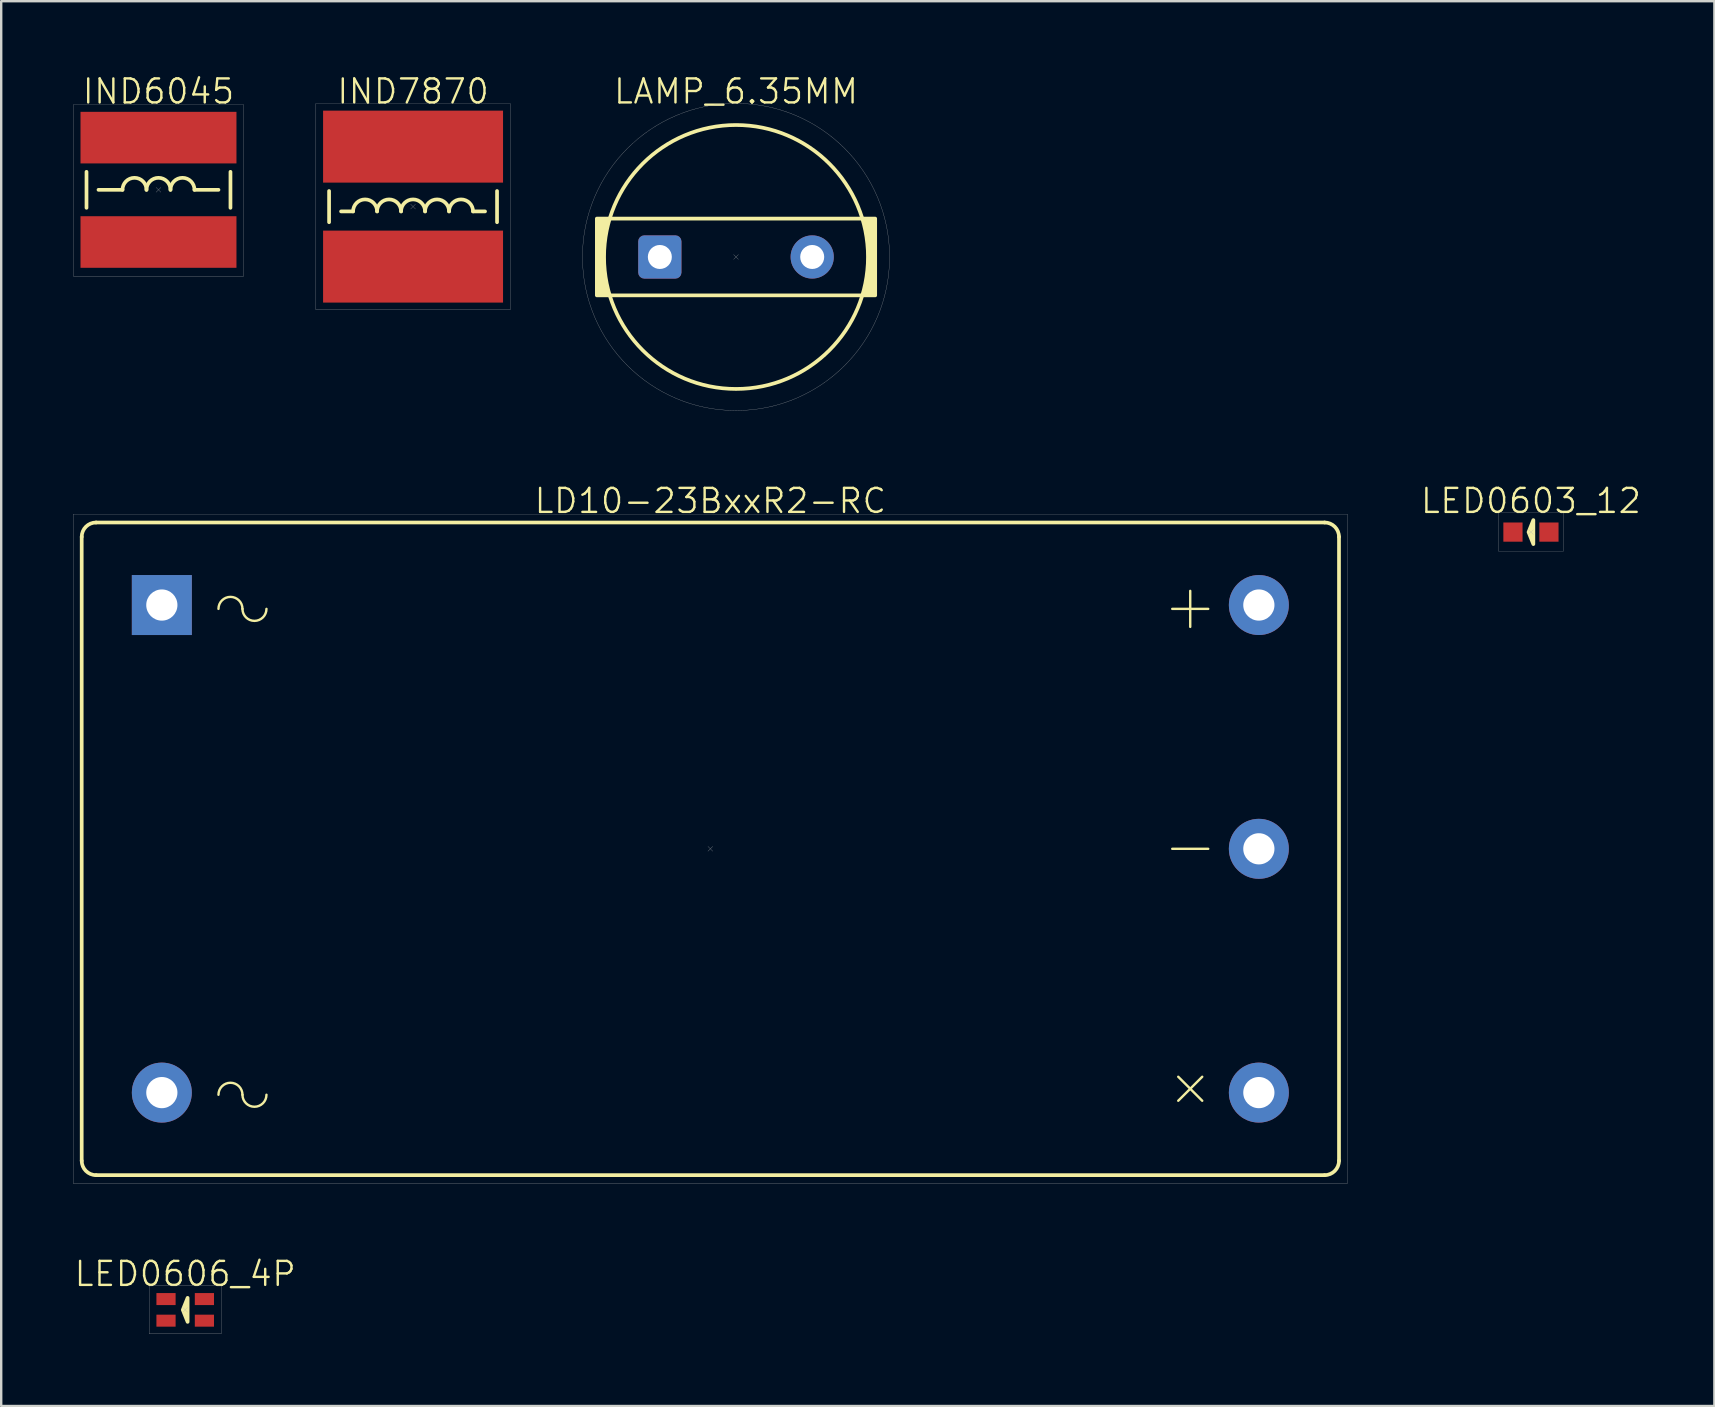
<source format=kicad_pcb>
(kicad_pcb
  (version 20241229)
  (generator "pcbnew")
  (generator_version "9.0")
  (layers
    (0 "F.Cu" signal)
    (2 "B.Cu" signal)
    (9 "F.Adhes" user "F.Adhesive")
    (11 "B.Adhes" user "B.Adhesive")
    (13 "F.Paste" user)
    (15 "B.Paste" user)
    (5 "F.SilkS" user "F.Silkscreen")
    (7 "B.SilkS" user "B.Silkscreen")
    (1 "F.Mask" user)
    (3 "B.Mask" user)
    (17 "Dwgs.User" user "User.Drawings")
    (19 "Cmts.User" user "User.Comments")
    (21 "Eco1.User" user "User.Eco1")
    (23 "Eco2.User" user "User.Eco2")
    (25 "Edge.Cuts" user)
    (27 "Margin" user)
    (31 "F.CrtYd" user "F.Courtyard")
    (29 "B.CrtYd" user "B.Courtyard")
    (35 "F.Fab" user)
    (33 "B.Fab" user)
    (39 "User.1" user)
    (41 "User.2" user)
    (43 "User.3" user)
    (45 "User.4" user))
  (footprint "IND7870"
    (layer "F.Cu")
    (at 14.165 5.561)
    (property "Reference" "IND7870" (at 0 -4.8 0) (unlocked yes) (layer "F.SilkS") (effects (font (size 1 1) (thickness 0.1))))
    (attr smd)
    (fp_line (start -3.5 -0.65) (end -3.5 0.65) (stroke (width 0.154) (type default)) (layer "F.SilkS"))
    (fp_line (start -3 0.2) (end -2.5 0.2) (stroke (width 0.154) (type default)) (layer "F.SilkS"))
    (fp_line (start 2.5 0.2) (end 3 0.2) (stroke (width 0.154) (type default)) (layer "F.SilkS"))
    (fp_line (start 3.5 -0.65) (end 3.5 0.65) (stroke (width 0.154) (type default)) (layer "F.SilkS"))
    (fp_arc (start -2.5 0.2) (mid -2 -0.3) (end -1.5 0.2) (stroke (width 0.154) (type default)) (layer "F.SilkS"))
    (fp_arc (start -1.5 0.2) (mid -1 -0.3) (end -0.5 0.2) (stroke (width 0.154) (type default)) (layer "F.SilkS"))
    (fp_arc (start -0.5 0.2) (mid 0 -0.3) (end 0.5 0.2) (stroke (width 0.154) (type default)) (layer "F.SilkS"))
    (fp_arc (start 0.5 0.2) (mid 1 -0.3) (end 1.5 0.2) (stroke (width 0.154) (type default)) (layer "F.SilkS"))
    (fp_arc (start 1.5 0.2) (mid 2 -0.3) (end 2.5 0.2) (stroke (width 0.154) (type default)) (layer "F.SilkS"))
    (fp_line (start -0.1 -0.1) (end 0.1 0.1) (stroke (width 0.01) (type default)) (layer "F.Fab"))
    (fp_line (start 0.1 -0.1) (end -0.1 0.1) (stroke (width 0.01) (type default)) (layer "F.Fab"))
    (fp_rect (start -4.05 -4.3) (end 4.05 4.3) (stroke (width 0.01) (type default)) (fill no) (layer "F.Fab"))
    (pad "1" smd rect (at 0 -2.5 180) (size 7.5 3) (layers "F.Cu" "F.Mask" "F.Paste"))
    (pad "2" smd rect (at 0 2.5 180) (size 7.5 3) (layers "F.Cu" "F.Mask" "F.Paste")))
  (footprint "LAMP_6.35MM"
    (layer "F.Cu")
    (at 27.625 7.66)
    (property "Reference" "LAMP_6.35MM" (at 0 -6.9 0) (unlocked yes) (layer "F.SilkS") (effects (font (size 1 1) (thickness 0.1))))
    (attr through_hole)
    (fp_rect (start -5.8 -1.6) (end 5.8 1.6) (stroke (width 0.154) (type default)) (fill no) (layer "F.SilkS"))
    (fp_circle (center 0 0) (end 5.5 0) (stroke (width 0.154) (type default)) (fill no) (layer "F.SilkS"))
    (fp_poly (pts (xy -5.8 -1.6) (xy -5.3 -1.6) (xy -5.5 -0.8) (xy -5.5 0.7) (xy -5.4 1.2) (xy -5.3 1.6) (xy -5.8 1.6)) (stroke (width 0.1) (type solid)) (fill yes) (layer "F.SilkS"))
    (fp_poly (pts (xy 5.8 1.6) (xy 5.3 1.6) (xy 5.5 0.8) (xy 5.5 -0.7) (xy 5.4 -1.2) (xy 5.3 -1.6) (xy 5.8 -1.6)) (stroke (width 0.1) (type solid)) (fill yes) (layer "F.SilkS"))
    (fp_line (start -0.1 -0.1) (end 0.1 0.1) (stroke (width 0.01) (type default)) (layer "F.Fab"))
    (fp_line (start 0.1 -0.1) (end -0.1 0.1) (stroke (width 0.01) (type default)) (layer "F.Fab"))
    (fp_circle (center 0 0) (end 6.4 0) (stroke (width 0.01) (type default)) (fill no) (layer "F.Fab"))
    (pad "1" thru_hole roundrect (at -3.175 0) (size 1.8 1.8) (drill 1) (layers "*.Cu" "*.Mask") (roundrect_rratio 0.139))
    (pad "2" thru_hole circle (at 3.175 0) (size 1.8 1.8) (drill 1) (layers "*.Cu" "*.Mask")))
  (footprint "IND6045"
    (layer "F.Cu")
    (at 3.555 4.861)
    (property "Reference" "IND6045" (at 0 -4.1 0) (unlocked yes) (layer "F.SilkS") (effects (font (size 1 1) (thickness 0.1))))
    (attr smd)
    (fp_line (start -3 -0.75) (end -3 0.75) (stroke (width 0.154) (type default)) (layer "F.SilkS"))
    (fp_line (start -2.5 0) (end -1.5 0) (stroke (width 0.154) (type default)) (layer "F.SilkS"))
    (fp_line (start 1.5 0) (end 2.5 0) (stroke (width 0.154) (type default)) (layer "F.SilkS"))
    (fp_line (start 3 -0.75) (end 3 0.75) (stroke (width 0.154) (type default)) (layer "F.SilkS"))
    (fp_arc (start -1.5 0) (mid -1 -0.5) (end -0.5 0) (stroke (width 0.154) (type default)) (layer "F.SilkS"))
    (fp_arc (start -0.5 0) (mid 0 -0.5) (end 0.5 0) (stroke (width 0.154) (type default)) (layer "F.SilkS"))
    (fp_arc (start 0.5 0) (mid 1 -0.5) (end 1.5 0) (stroke (width 0.154) (type default)) (layer "F.SilkS"))
    (fp_line (start -0.1 -0.1) (end 0.1 0.1) (stroke (width 0.01) (type default)) (layer "F.Fab"))
    (fp_line (start 0.1 -0.1) (end -0.1 0.1) (stroke (width 0.01) (type default)) (layer "F.Fab"))
    (fp_rect (start -3.55 -3.55) (end 3.55 3.6) (stroke (width 0.01) (type default)) (fill no) (layer "F.Fab"))
    (pad "1" smd rect (at 0 -2.175) (size 6.5 2.15) (layers "F.Cu" "F.Mask" "F.Paste"))
    (pad "2" smd rect (at 0 2.175) (size 6.5 2.15) (layers "F.Cu" "F.Mask" "F.Paste")))
  (footprint "LED0603_12"
    (layer "F.Cu")
    (at 60.755 19.126)
    (property "Reference" "LED0603_12" (at 0 -1.3 0) (unlocked yes) (layer "F.SilkS") (effects (font (size 1 1) (thickness 0.1))))
    (attr smd)
    (fp_poly (pts (xy 0.1 -0.5) (xy -0.1 0) (xy 0.1 0.5)) (stroke (width 0.154) (type solid)) (fill yes) (layer "F.SilkS"))
    (fp_line (start -0.1 -0.1) (end 0.1 0.1) (stroke (width 0.01) (type default)) (layer "F.Fab"))
    (fp_line (start 0.1 -0.1) (end -0.1 0.1) (stroke (width 0.01) (type default)) (layer "F.Fab"))
    (fp_rect (start -1.35 -0.8) (end 1.35 0.8) (stroke (width 0.01) (type default)) (fill no) (layer "F.Fab"))
    (pad "1" smd rect (at 0.75 0) (size 0.8 0.8) (layers "F.Cu" "F.Mask" "F.Paste"))
    (pad "2" smd rect (at -0.75 0) (size 0.8 0.8) (layers "F.Cu" "F.Mask" "F.Paste")))
  (footprint "LED0606_4P"
    (layer "F.Cu")
    (at 4.669 51.541)
    (property "Reference" "LED0606_4P" (at 0 -1.5 0) (unlocked yes) (layer "F.SilkS") (effects (font (size 1 1) (thickness 0.1))))
    (attr smd)
    (fp_poly (pts (xy 0.1 -0.5) (xy -0.1 0) (xy 0.1 0.5)) (stroke (width 0.154) (type solid)) (fill yes) (layer "F.SilkS"))
    (fp_line (start -0.1 -0.1) (end 0.1 0.1) (stroke (width 0.01) (type default)) (layer "F.Fab"))
    (fp_line (start 0.1 -0.1) (end -0.1 0.1) (stroke (width 0.01) (type default)) (layer "F.Fab"))
    (fp_rect (start -1.5 -1) (end 1.5 1) (stroke (width 0.01) (type default)) (fill no) (layer "F.Fab"))
    (pad "1" smd rect (at -0.8 0.45 90) (size 0.5 0.8) (layers "F.Cu" "F.Mask" "F.Paste"))
    (pad "2" smd rect (at 0.8 0.45 90) (size 0.5 0.8) (layers "F.Cu" "F.Mask" "F.Paste"))
    (pad "3" smd rect (at 0.8 -0.45 90) (size 0.5 0.8) (layers "F.Cu" "F.Mask" "F.Paste"))
    (pad "4" smd rect (at -0.8 -0.45 90) (size 0.5 0.8) (layers "F.Cu" "F.Mask" "F.Paste")))
  (footprint "LD10-23BxxR2-RC"
    (layer "F.Cu")
    (at 26.555 32.326)
    (property "Reference" "LD10-23BxxR2-RC" (at 0 -14.5 0) (unlocked yes) (layer "F.SilkS") (effects (font (size 1 1) (thickness 0.1))))
    (attr through_hole)
    (fp_line (start -26.2 -13) (end -26.2 13) (stroke (width 0.154) (type default)) (layer "F.SilkS"))
    (fp_line (start -25.6 -13.6) (end 25.6 -13.6) (stroke (width 0.154) (type default)) (layer "F.SilkS"))
    (fp_line (start -25.6 13.6) (end 25.6 13.6) (stroke (width 0.154) (type default)) (layer "F.SilkS"))
    (fp_line (start 19.25 -10) (end 20.75 -10) (stroke (width 0.1) (type default)) (layer "F.SilkS"))
    (fp_line (start 19.25 0) (end 20.75 0) (stroke (width 0.1) (type default)) (layer "F.SilkS"))
    (fp_line (start 19.5 9.5) (end 20.5 10.5) (stroke (width 0.1) (type default)) (layer "F.SilkS"))
    (fp_line (start 20 -10.75) (end 20 -9.25) (stroke (width 0.1) (type default)) (layer "F.SilkS"))
    (fp_line (start 20.5 9.5) (end 19.5 10.5) (stroke (width 0.1) (type default)) (layer "F.SilkS"))
    (fp_line (start 26.2 -13) (end 26.2 13) (stroke (width 0.154) (type default)) (layer "F.SilkS"))
    (fp_arc (start -26.2 -13) (mid -26.024264 -13.424264) (end -25.6 -13.6) (stroke (width 0.154) (type default)) (layer "F.SilkS"))
    (fp_arc (start -25.6 13.6) (mid -26.024264 13.424264) (end -26.2 13) (stroke (width 0.154) (type default)) (layer "F.SilkS"))
    (fp_arc (start -20.5 -10) (mid -20 -10.5) (end -19.5 -10) (stroke (width 0.1) (type default)) (layer "F.SilkS"))
    (fp_arc (start -20.5 10.25) (mid -20 9.75) (end -19.5 10.25) (stroke (width 0.1) (type default)) (layer "F.SilkS"))
    (fp_arc (start -18.5 -10) (mid -19 -9.5) (end -19.5 -10) (stroke (width 0.1) (type default)) (layer "F.SilkS"))
    (fp_arc (start -18.5 10.25) (mid -19 10.75) (end -19.5 10.25) (stroke (width 0.1) (type default)) (layer "F.SilkS"))
    (fp_arc (start 25.6 -13.6) (mid 26.024264 -13.424264) (end 26.2 -13) (stroke (width 0.154) (type default)) (layer "F.SilkS"))
    (fp_arc (start 26.2 13) (mid 26.024264 13.424264) (end 25.6 13.6) (stroke (width 0.154) (type default)) (layer "F.SilkS"))
    (fp_line (start -0.1 -0.1) (end 0.1 0.1) (stroke (width 0.01) (type default)) (layer "F.Fab"))
    (fp_line (start 0.1 -0.1) (end -0.1 0.1) (stroke (width 0.01) (type default)) (layer "F.Fab"))
    (fp_rect (start -26.55 -13.95) (end 26.55 13.95) (stroke (width 0.01) (type default)) (fill no) (layer "F.Fab"))
    (pad "1" thru_hole rect (at -22.86 -10.16) (size 2.5 2.5) (drill 1.3) (layers "*.Cu" "*.Mask"))
    (pad "2" thru_hole circle (at -22.86 10.16) (size 2.5 2.5) (drill 1.3) (layers "*.Cu" "*.Mask"))
    (pad "3" thru_hole circle (at 22.86 10.16) (size 2.5 2.5) (drill 1.3) (layers "*.Cu" "*.Mask"))
    (pad "4" thru_hole circle (at 22.86 0) (size 2.5 2.5) (drill 1.3) (layers "*.Cu" "*.Mask"))
    (pad "5" thru_hole circle (at 22.86 -10.16) (size 2.5 2.5) (drill 1.3) (layers "*.Cu" "*.Mask")))
  (gr_rect
    (start -3 -3)
    (end 68.4 55.547)
    (stroke (width 0.1) (type default))
    (fill no)
    (layer "Edge.Cuts")))
</source>
